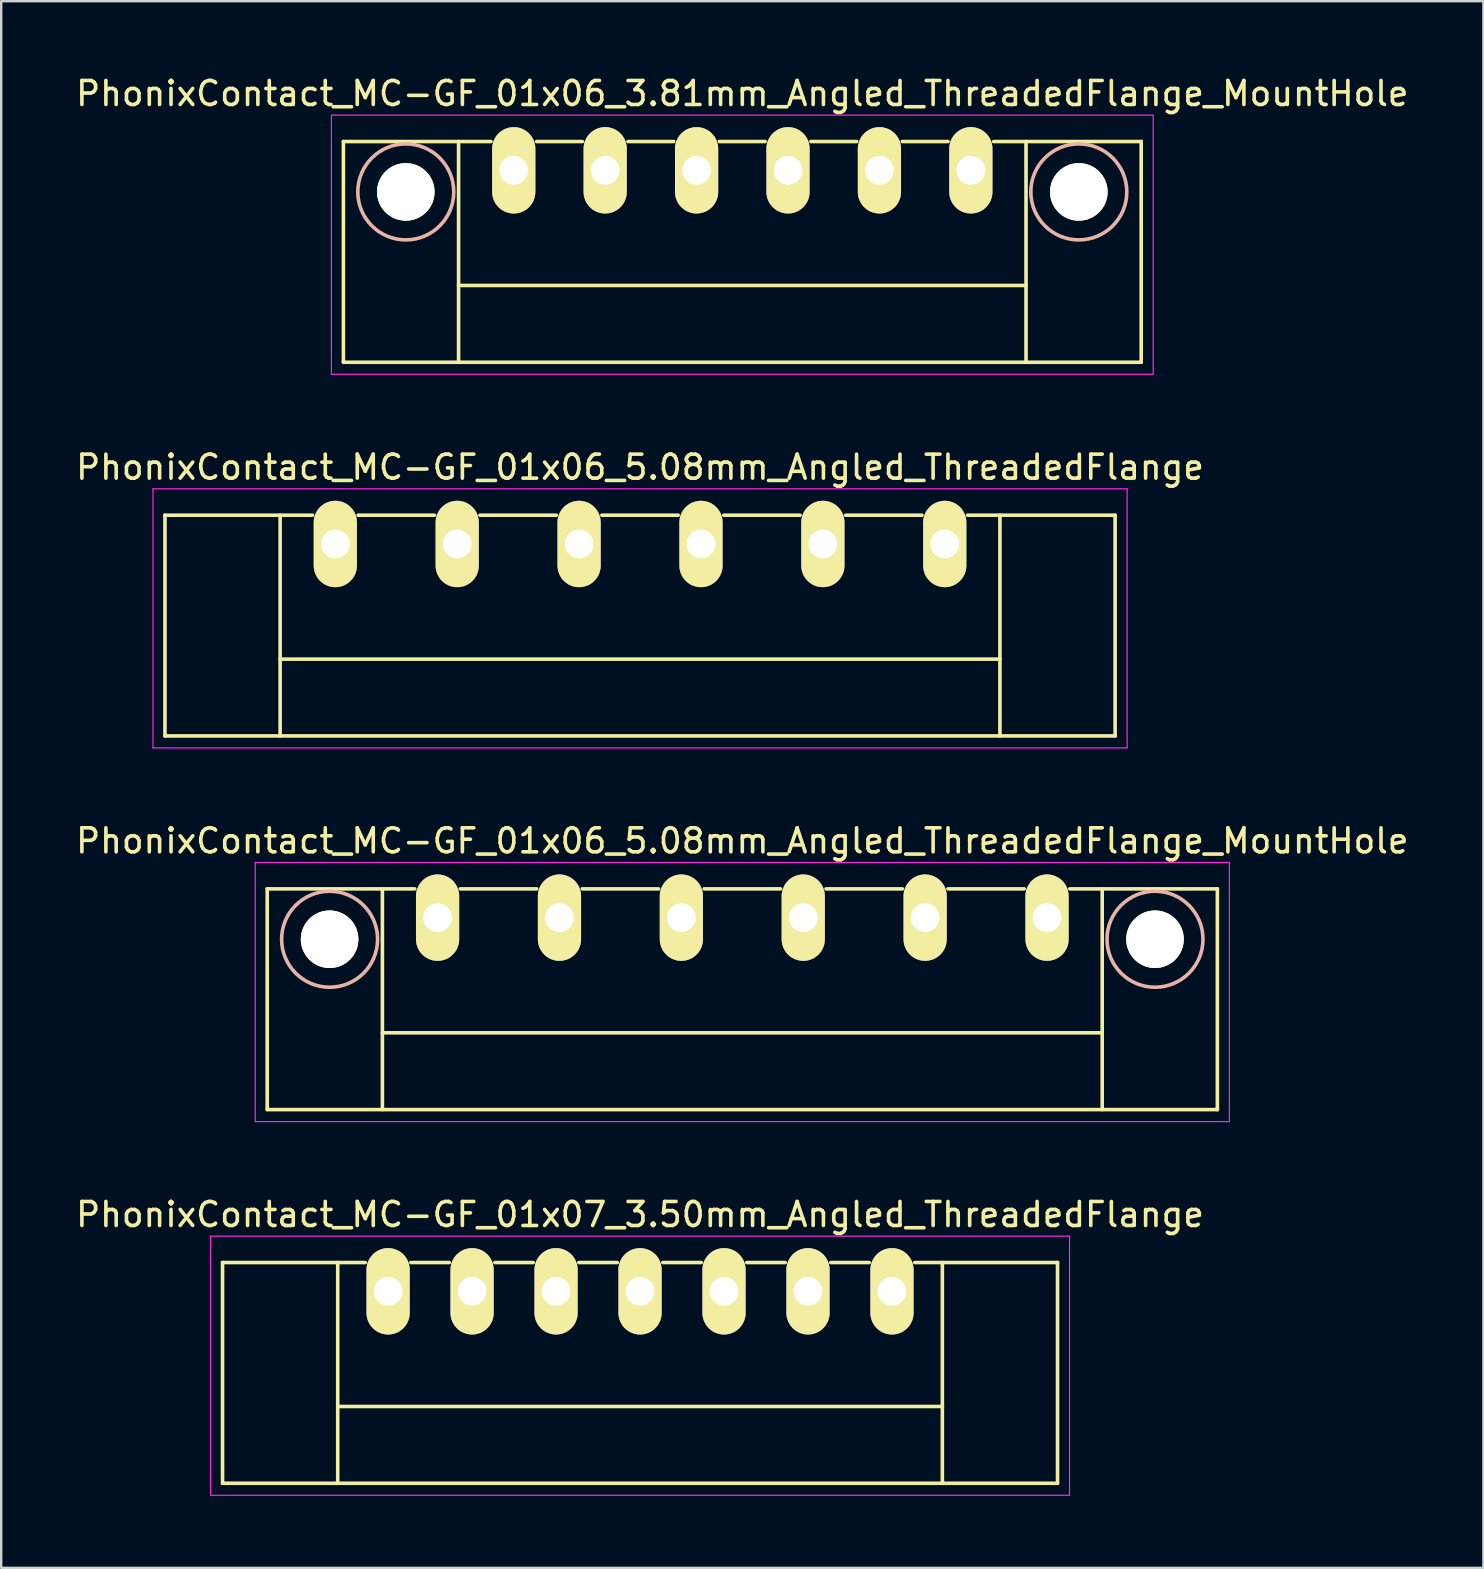
<source format=kicad_pcb>
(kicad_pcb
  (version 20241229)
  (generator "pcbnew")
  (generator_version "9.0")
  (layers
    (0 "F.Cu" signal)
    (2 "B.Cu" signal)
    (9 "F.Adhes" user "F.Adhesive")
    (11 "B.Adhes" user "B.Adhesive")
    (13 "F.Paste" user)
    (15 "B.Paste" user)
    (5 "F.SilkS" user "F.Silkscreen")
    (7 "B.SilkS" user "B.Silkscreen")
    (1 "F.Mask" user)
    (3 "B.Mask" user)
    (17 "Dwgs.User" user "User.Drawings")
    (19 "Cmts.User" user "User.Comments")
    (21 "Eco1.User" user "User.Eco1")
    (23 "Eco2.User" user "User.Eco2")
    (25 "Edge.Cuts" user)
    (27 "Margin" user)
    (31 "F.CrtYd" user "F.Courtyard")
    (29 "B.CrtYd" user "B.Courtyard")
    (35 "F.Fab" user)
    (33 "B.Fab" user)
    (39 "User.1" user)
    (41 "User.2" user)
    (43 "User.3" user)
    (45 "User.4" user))
  (footprint "PhonixContact_MC-GF_01x06_3.81mm_Angled_ThreadedFlange_MountHole"
    (layer "F.Cu")
    (at 18.362 4.048)
    (property "Reference" "PhonixContact_MC-GF_01x06_3.81mm_Angled_ThreadedFlange_MountHole" (at 9.525 -3.2 0) (layer "F.SilkS") (effects (font (size 1 1) (thickness 0.15))))
    (attr through_hole)
    (fp_line (start -7.1 -1.2) (end -7.1 8) (stroke (width 0.15) (type solid)) (layer "F.SilkS"))
    (fp_line (start -7.1 -1.2) (end -0.95 -1.2) (stroke (width 0.15) (type solid)) (layer "F.SilkS"))
    (fp_line (start -7.1 8) (end 26.15 8) (stroke (width 0.15) (type solid)) (layer "F.SilkS"))
    (fp_line (start -2.3 -1.2) (end -2.3 8) (stroke (width 0.15) (type solid)) (layer "F.SilkS"))
    (fp_line (start -2.3 4.8) (end 21.35 4.8) (stroke (width 0.15) (type solid)) (layer "F.SilkS"))
    (fp_line (start 0.95 -1.2) (end 2.86 -1.2) (stroke (width 0.15) (type solid)) (layer "F.SilkS"))
    (fp_line (start 4.76 -1.2) (end 6.67 -1.2) (stroke (width 0.15) (type solid)) (layer "F.SilkS"))
    (fp_line (start 8.57 -1.2) (end 10.48 -1.2) (stroke (width 0.15) (type solid)) (layer "F.SilkS"))
    (fp_line (start 12.38 -1.2) (end 14.29 -1.2) (stroke (width 0.15) (type solid)) (layer "F.SilkS"))
    (fp_line (start 16.19 -1.2) (end 18.1 -1.2) (stroke (width 0.15) (type solid)) (layer "F.SilkS"))
    (fp_line (start 21.35 -1.2) (end 21.35 8) (stroke (width 0.15) (type solid)) (layer "F.SilkS"))
    (fp_line (start 26.15 -1.2) (end 20 -1.2) (stroke (width 0.15) (type solid)) (layer "F.SilkS"))
    (fp_line (start 26.15 8) (end 26.15 -1.2) (stroke (width 0.15) (type solid)) (layer "F.SilkS"))
    (fp_circle (center -4.5 0.9) (end -2.5 0.9) (stroke (width 0.15) (type solid)) (fill no) (layer "B.SilkS"))
    (fp_circle (center 23.55 0.9) (end 25.55 0.9) (stroke (width 0.15) (type solid)) (fill no) (layer "B.SilkS"))
    (fp_line (start -7.6 -2.3) (end -7.6 8.5) (stroke (width 0.05) (type solid)) (layer "F.CrtYd"))
    (fp_line (start -7.6 8.5) (end 26.65 8.5) (stroke (width 0.05) (type solid)) (layer "F.CrtYd"))
    (fp_line (start 26.65 -2.3) (end -7.6 -2.3) (stroke (width 0.05) (type solid)) (layer "F.CrtYd"))
    (fp_line (start 26.65 8.5) (end 26.65 -2.3) (stroke (width 0.05) (type solid)) (layer "F.CrtYd"))
    (pad "" np_thru_hole circle (at -4.5 0.9) (size 2.4 2.4) (drill 2.4) (layers "*.Cu" "*.Mask" "F.SilkS"))
    (pad "" np_thru_hole circle (at 23.55 0.9) (size 2.4 2.4) (drill 2.4) (layers "*.Cu" "*.Mask" "F.SilkS"))
    (pad "1" thru_hole oval (at 0 0) (size 1.8 3.6) (drill 1.2) (layers "*.Cu" "*.Mask" "F.SilkS"))
    (pad "2" thru_hole oval (at 3.81 0) (size 1.8 3.6) (drill 1.2) (layers "*.Cu" "*.Mask" "F.SilkS"))
    (pad "3" thru_hole oval (at 7.62 0) (size 1.8 3.6) (drill 1.2) (layers "*.Cu" "*.Mask" "F.SilkS"))
    (pad "4" thru_hole oval (at 11.43 0) (size 1.8 3.6) (drill 1.2) (layers "*.Cu" "*.Mask" "F.SilkS"))
    (pad "5" thru_hole oval (at 15.24 0) (size 1.8 3.6) (drill 1.2) (layers "*.Cu" "*.Mask" "F.SilkS"))
    (pad "6" thru_hole oval (at 19.05 0) (size 1.8 3.6) (drill 1.2) (layers "*.Cu" "*.Mask" "F.SilkS")))
  (footprint "PhonixContact_MC-GF_01x07_3.50mm_Angled_ThreadedFlange"
    (layer "F.Cu")
    (at 13.125 50.768)
    (property "Reference" "PhonixContact_MC-GF_01x07_3.50mm_Angled_ThreadedFlange" (at 10.5 -3.2 0) (layer "F.SilkS") (effects (font (size 1 1) (thickness 0.15))))
    (attr through_hole)
    (fp_line (start -6.9 -1.2) (end -6.9 8) (stroke (width 0.15) (type solid)) (layer "F.SilkS"))
    (fp_line (start -6.9 -1.2) (end -0.95 -1.2) (stroke (width 0.15) (type solid)) (layer "F.SilkS"))
    (fp_line (start -6.9 8) (end 27.9 8) (stroke (width 0.15) (type solid)) (layer "F.SilkS"))
    (fp_line (start -2.1 -1.2) (end -2.1 8) (stroke (width 0.15) (type solid)) (layer "F.SilkS"))
    (fp_line (start -2.1 4.8) (end 23.1 4.8) (stroke (width 0.15) (type solid)) (layer "F.SilkS"))
    (fp_line (start 0.95 -1.2) (end 2.55 -1.2) (stroke (width 0.15) (type solid)) (layer "F.SilkS"))
    (fp_line (start 4.45 -1.2) (end 6.05 -1.2) (stroke (width 0.15) (type solid)) (layer "F.SilkS"))
    (fp_line (start 7.95 -1.2) (end 9.55 -1.2) (stroke (width 0.15) (type solid)) (layer "F.SilkS"))
    (fp_line (start 11.45 -1.2) (end 13.05 -1.2) (stroke (width 0.15) (type solid)) (layer "F.SilkS"))
    (fp_line (start 14.95 -1.2) (end 16.55 -1.2) (stroke (width 0.15) (type solid)) (layer "F.SilkS"))
    (fp_line (start 18.45 -1.2) (end 20.05 -1.2) (stroke (width 0.15) (type solid)) (layer "F.SilkS"))
    (fp_line (start 23.1 -1.2) (end 23.1 8) (stroke (width 0.15) (type solid)) (layer "F.SilkS"))
    (fp_line (start 27.9 -1.2) (end 21.95 -1.2) (stroke (width 0.15) (type solid)) (layer "F.SilkS"))
    (fp_line (start 27.9 8) (end 27.9 -1.2) (stroke (width 0.15) (type solid)) (layer "F.SilkS"))
    (fp_line (start -7.4 -2.3) (end -7.4 8.5) (stroke (width 0.05) (type solid)) (layer "F.CrtYd"))
    (fp_line (start -7.4 8.5) (end 28.4 8.5) (stroke (width 0.05) (type solid)) (layer "F.CrtYd"))
    (fp_line (start 28.4 -2.3) (end -7.4 -2.3) (stroke (width 0.05) (type solid)) (layer "F.CrtYd"))
    (fp_line (start 28.4 8.5) (end 28.4 -2.3) (stroke (width 0.05) (type solid)) (layer "F.CrtYd"))
    (pad "1" thru_hole oval (at 0 0) (size 1.8 3.6) (drill 1.2) (layers "*.Cu" "*.Mask" "F.SilkS"))
    (pad "2" thru_hole oval (at 3.5 0) (size 1.8 3.6) (drill 1.2) (layers "*.Cu" "*.Mask" "F.SilkS"))
    (pad "3" thru_hole oval (at 7 0) (size 1.8 3.6) (drill 1.2) (layers "*.Cu" "*.Mask" "F.SilkS"))
    (pad "4" thru_hole oval (at 10.5 0) (size 1.8 3.6) (drill 1.2) (layers "*.Cu" "*.Mask" "F.SilkS"))
    (pad "5" thru_hole oval (at 14 0) (size 1.8 3.6) (drill 1.2) (layers "*.Cu" "*.Mask" "F.SilkS"))
    (pad "6" thru_hole oval (at 17.5 0) (size 1.8 3.6) (drill 1.2) (layers "*.Cu" "*.Mask" "F.SilkS"))
    (pad "7" thru_hole oval (at 21 0) (size 1.8 3.6) (drill 1.2) (layers "*.Cu" "*.Mask" "F.SilkS")))
  (footprint "PhonixContact_MC-GF_01x06_5.08mm_Angled_ThreadedFlange"
    (layer "F.Cu")
    (at 10.925 19.622)
    (property "Reference" "PhonixContact_MC-GF_01x06_5.08mm_Angled_ThreadedFlange" (at 12.7 -3.2 0) (layer "F.SilkS") (effects (font (size 1 1) (thickness 0.15))))
    (attr through_hole)
    (fp_line (start -7.1 -1.2) (end -7.1 8) (stroke (width 0.15) (type solid)) (layer "F.SilkS"))
    (fp_line (start -7.1 -1.2) (end -0.95 -1.2) (stroke (width 0.15) (type solid)) (layer "F.SilkS"))
    (fp_line (start -7.1 8) (end 32.5 8) (stroke (width 0.15) (type solid)) (layer "F.SilkS"))
    (fp_line (start -2.3 -1.2) (end -2.3 8) (stroke (width 0.15) (type solid)) (layer "F.SilkS"))
    (fp_line (start -2.3 4.8) (end 27.7 4.8) (stroke (width 0.15) (type solid)) (layer "F.SilkS"))
    (fp_line (start 0.95 -1.2) (end 4.13 -1.2) (stroke (width 0.15) (type solid)) (layer "F.SilkS"))
    (fp_line (start 6.03 -1.2) (end 9.21 -1.2) (stroke (width 0.15) (type solid)) (layer "F.SilkS"))
    (fp_line (start 11.11 -1.2) (end 14.29 -1.2) (stroke (width 0.15) (type solid)) (layer "F.SilkS"))
    (fp_line (start 16.19 -1.2) (end 19.37 -1.2) (stroke (width 0.15) (type solid)) (layer "F.SilkS"))
    (fp_line (start 21.27 -1.2) (end 24.45 -1.2) (stroke (width 0.15) (type solid)) (layer "F.SilkS"))
    (fp_line (start 27.7 -1.2) (end 27.7 8) (stroke (width 0.15) (type solid)) (layer "F.SilkS"))
    (fp_line (start 32.5 -1.2) (end 26.35 -1.2) (stroke (width 0.15) (type solid)) (layer "F.SilkS"))
    (fp_line (start 32.5 8) (end 32.5 -1.2) (stroke (width 0.15) (type solid)) (layer "F.SilkS"))
    (fp_line (start -7.6 -2.3) (end -7.6 8.5) (stroke (width 0.05) (type solid)) (layer "F.CrtYd"))
    (fp_line (start -7.6 8.5) (end 33 8.5) (stroke (width 0.05) (type solid)) (layer "F.CrtYd"))
    (fp_line (start 33 -2.3) (end -7.6 -2.3) (stroke (width 0.05) (type solid)) (layer "F.CrtYd"))
    (fp_line (start 33 8.5) (end 33 -2.3) (stroke (width 0.05) (type solid)) (layer "F.CrtYd"))
    (pad "1" thru_hole oval (at 0 0) (size 1.8 3.6) (drill 1.2) (layers "*.Cu" "*.Mask" "F.SilkS"))
    (pad "2" thru_hole oval (at 5.08 0) (size 1.8 3.6) (drill 1.2) (layers "*.Cu" "*.Mask" "F.SilkS"))
    (pad "3" thru_hole oval (at 10.16 0) (size 1.8 3.6) (drill 1.2) (layers "*.Cu" "*.Mask" "F.SilkS"))
    (pad "4" thru_hole oval (at 15.24 0) (size 1.8 3.6) (drill 1.2) (layers "*.Cu" "*.Mask" "F.SilkS"))
    (pad "5" thru_hole oval (at 20.32 0) (size 1.8 3.6) (drill 1.2) (layers "*.Cu" "*.Mask" "F.SilkS"))
    (pad "6" thru_hole oval (at 25.4 0) (size 1.8 3.6) (drill 1.2) (layers "*.Cu" "*.Mask" "F.SilkS")))
  (footprint "PhonixContact_MC-GF_01x06_5.08mm_Angled_ThreadedFlange_MountHole"
    (layer "F.Cu")
    (at 15.187 35.195)
    (property "Reference" "PhonixContact_MC-GF_01x06_5.08mm_Angled_ThreadedFlange_MountHole" (at 12.7 -3.2 0) (layer "F.SilkS") (effects (font (size 1 1) (thickness 0.15))))
    (attr through_hole)
    (fp_line (start -7.1 -1.2) (end -7.1 8) (stroke (width 0.15) (type solid)) (layer "F.SilkS"))
    (fp_line (start -7.1 -1.2) (end -0.95 -1.2) (stroke (width 0.15) (type solid)) (layer "F.SilkS"))
    (fp_line (start -7.1 8) (end 32.5 8) (stroke (width 0.15) (type solid)) (layer "F.SilkS"))
    (fp_line (start -2.3 -1.2) (end -2.3 8) (stroke (width 0.15) (type solid)) (layer "F.SilkS"))
    (fp_line (start -2.3 4.8) (end 27.7 4.8) (stroke (width 0.15) (type solid)) (layer "F.SilkS"))
    (fp_line (start 0.95 -1.2) (end 4.13 -1.2) (stroke (width 0.15) (type solid)) (layer "F.SilkS"))
    (fp_line (start 6.03 -1.2) (end 9.21 -1.2) (stroke (width 0.15) (type solid)) (layer "F.SilkS"))
    (fp_line (start 11.11 -1.2) (end 14.29 -1.2) (stroke (width 0.15) (type solid)) (layer "F.SilkS"))
    (fp_line (start 16.19 -1.2) (end 19.37 -1.2) (stroke (width 0.15) (type solid)) (layer "F.SilkS"))
    (fp_line (start 21.27 -1.2) (end 24.45 -1.2) (stroke (width 0.15) (type solid)) (layer "F.SilkS"))
    (fp_line (start 27.7 -1.2) (end 27.7 8) (stroke (width 0.15) (type solid)) (layer "F.SilkS"))
    (fp_line (start 32.5 -1.2) (end 26.35 -1.2) (stroke (width 0.15) (type solid)) (layer "F.SilkS"))
    (fp_line (start 32.5 8) (end 32.5 -1.2) (stroke (width 0.15) (type solid)) (layer "F.SilkS"))
    (fp_circle (center -4.5 0.9) (end -2.5 0.9) (stroke (width 0.15) (type solid)) (fill no) (layer "B.SilkS"))
    (fp_circle (center 29.9 0.9) (end 31.9 0.9) (stroke (width 0.15) (type solid)) (fill no) (layer "B.SilkS"))
    (fp_line (start -7.6 -2.3) (end -7.6 8.5) (stroke (width 0.05) (type solid)) (layer "F.CrtYd"))
    (fp_line (start -7.6 8.5) (end 33 8.5) (stroke (width 0.05) (type solid)) (layer "F.CrtYd"))
    (fp_line (start 33 -2.3) (end -7.6 -2.3) (stroke (width 0.05) (type solid)) (layer "F.CrtYd"))
    (fp_line (start 33 8.5) (end 33 -2.3) (stroke (width 0.05) (type solid)) (layer "F.CrtYd"))
    (pad "" np_thru_hole circle (at -4.5 0.9) (size 2.4 2.4) (drill 2.4) (layers "*.Cu" "*.Mask" "F.SilkS"))
    (pad "" np_thru_hole circle (at 29.9 0.9) (size 2.4 2.4) (drill 2.4) (layers "*.Cu" "*.Mask" "F.SilkS"))
    (pad "1" thru_hole oval (at 0 0) (size 1.8 3.6) (drill 1.2) (layers "*.Cu" "*.Mask" "F.SilkS"))
    (pad "2" thru_hole oval (at 5.08 0) (size 1.8 3.6) (drill 1.2) (layers "*.Cu" "*.Mask" "F.SilkS"))
    (pad "3" thru_hole oval (at 10.16 0) (size 1.8 3.6) (drill 1.2) (layers "*.Cu" "*.Mask" "F.SilkS"))
    (pad "4" thru_hole oval (at 15.24 0) (size 1.8 3.6) (drill 1.2) (layers "*.Cu" "*.Mask" "F.SilkS"))
    (pad "5" thru_hole oval (at 20.32 0) (size 1.8 3.6) (drill 1.2) (layers "*.Cu" "*.Mask" "F.SilkS"))
    (pad "6" thru_hole oval (at 25.4 0) (size 1.8 3.6) (drill 1.2) (layers "*.Cu" "*.Mask" "F.SilkS")))
  (gr_rect
    (start -3 -3)
    (end 58.774 62.293)
    (stroke (width 0.1) (type default))
    (fill no)
    (layer "Edge.Cuts")))
</source>
